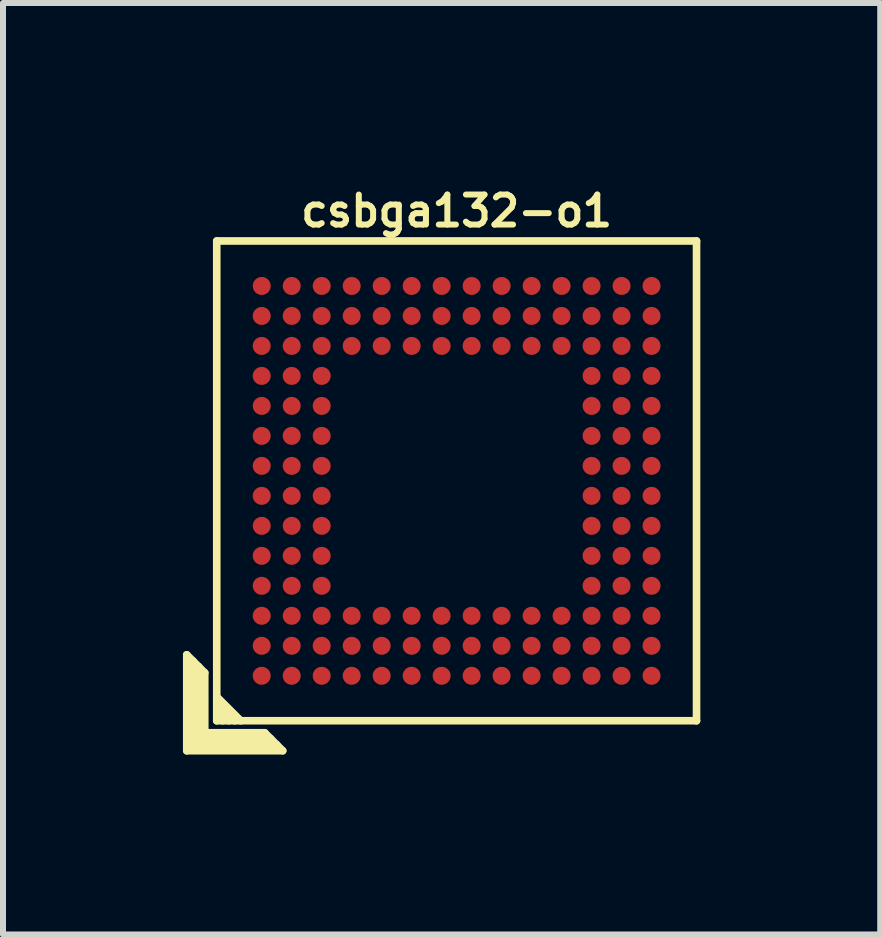
<source format=kicad_pcb>
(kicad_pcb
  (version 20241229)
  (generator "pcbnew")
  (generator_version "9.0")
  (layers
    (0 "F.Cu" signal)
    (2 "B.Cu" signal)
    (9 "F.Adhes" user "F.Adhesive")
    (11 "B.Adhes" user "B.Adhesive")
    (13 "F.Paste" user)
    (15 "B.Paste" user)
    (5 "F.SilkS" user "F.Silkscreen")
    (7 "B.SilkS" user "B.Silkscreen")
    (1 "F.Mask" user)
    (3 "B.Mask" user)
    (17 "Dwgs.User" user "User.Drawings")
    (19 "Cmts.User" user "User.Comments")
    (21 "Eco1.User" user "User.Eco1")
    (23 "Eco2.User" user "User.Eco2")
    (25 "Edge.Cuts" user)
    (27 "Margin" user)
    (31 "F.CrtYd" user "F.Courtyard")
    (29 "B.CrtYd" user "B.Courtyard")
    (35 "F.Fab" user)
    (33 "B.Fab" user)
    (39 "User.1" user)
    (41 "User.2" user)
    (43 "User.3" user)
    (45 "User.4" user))
  (footprint "csbga132-o1"
    (layer "F.Cu")
    (at 4.564 4.968)
    (property "Reference" "csbga132-o1" (at 0 -4.5 0) (layer "F.SilkS") (effects (font (size 0.5 0.5) (thickness 0.1))))
    (attr through_hole)
    (fp_line (start -4.5 2.9) (end -4.2 3.2) (stroke (width 0.127) (type solid)) (layer "F.SilkS"))
    (fp_line (start -4.5 4.5) (end -4.5 2.9) (stroke (width 0.127) (type solid)) (layer "F.SilkS"))
    (fp_line (start -4.4 4.4) (end -4.4 3) (stroke (width 0.127) (type solid)) (layer "F.SilkS"))
    (fp_line (start -4.3 3.1) (end -4.3 4.3) (stroke (width 0.127) (type solid)) (layer "F.SilkS"))
    (fp_line (start -4.3 4.3) (end -3.1 4.3) (stroke (width 0.127) (type solid)) (layer "F.SilkS"))
    (fp_line (start -4.2 3.2) (end -4.2 4.2) (stroke (width 0.127) (type solid)) (layer "F.SilkS"))
    (fp_line (start -4.2 4.2) (end -3.2 4.2) (stroke (width 0.127) (type solid)) (layer "F.SilkS"))
    (fp_line (start -4 -4) (end 4 -4) (stroke (width 0.127) (type solid)) (layer "F.SilkS"))
    (fp_line (start -4 3.6) (end -3.6 4) (stroke (width 0.127) (type solid)) (layer "F.SilkS"))
    (fp_line (start -4 3.7) (end -3.7 4) (stroke (width 0.127) (type solid)) (layer "F.SilkS"))
    (fp_line (start -4 4) (end -4 -4) (stroke (width 0.127) (type solid)) (layer "F.SilkS"))
    (fp_line (start -3.9 4) (end -4 3.9) (stroke (width 0.127) (type solid)) (layer "F.SilkS"))
    (fp_line (start -3.8 4) (end -4 3.8) (stroke (width 0.127) (type solid)) (layer "F.SilkS"))
    (fp_line (start -3.2 4.2) (end -2.9 4.5) (stroke (width 0.127) (type solid)) (layer "F.SilkS"))
    (fp_line (start -3 4.4) (end -4.4 4.4) (stroke (width 0.127) (type solid)) (layer "F.SilkS"))
    (fp_line (start -2.9 4.5) (end -4.5 4.5) (stroke (width 0.127) (type solid)) (layer "F.SilkS"))
    (fp_line (start 4 -4) (end 4 4) (stroke (width 0.127) (type solid)) (layer "F.SilkS"))
    (fp_line (start 4 4) (end -4 4) (stroke (width 0.127) (type solid)) (layer "F.SilkS"))
    (pad "A1" smd circle (at -3.25 3.25) (size 0.3 0.3) (layers "F.Cu" "F.Mask" "F.Paste"))
    (pad "A2" smd circle (at -3.25 2.75) (size 0.3 0.3) (layers "F.Cu" "F.Mask" "F.Paste"))
    (pad "A3" smd circle (at -3.25 2.25) (size 0.3 0.3) (layers "F.Cu" "F.Mask" "F.Paste"))
    (pad "A4" smd circle (at -3.25 1.75) (size 0.3 0.3) (layers "F.Cu" "F.Mask" "F.Paste"))
    (pad "A5" smd circle (at -3.25 1.25) (size 0.3 0.3) (layers "F.Cu" "F.Mask" "F.Paste"))
    (pad "A6" smd circle (at -3.25 0.75) (size 0.3 0.3) (layers "F.Cu" "F.Mask" "F.Paste"))
    (pad "A7" smd circle (at -3.25 0.25) (size 0.3 0.3) (layers "F.Cu" "F.Mask" "F.Paste"))
    (pad "A8" smd circle (at -3.25 -0.25) (size 0.3 0.3) (layers "F.Cu" "F.Mask" "F.Paste"))
    (pad "A9" smd circle (at -3.25 -0.75) (size 0.3 0.3) (layers "F.Cu" "F.Mask" "F.Paste"))
    (pad "A10" smd circle (at -3.25 -1.25) (size 0.3 0.3) (layers "F.Cu" "F.Mask" "F.Paste"))
    (pad "A11" smd circle (at -3.25 -1.75) (size 0.3 0.3) (layers "F.Cu" "F.Mask" "F.Paste"))
    (pad "A12" smd circle (at -3.25 -2.25) (size 0.3 0.3) (layers "F.Cu" "F.Mask" "F.Paste"))
    (pad "A13" smd circle (at -3.25 -2.75) (size 0.3 0.3) (layers "F.Cu" "F.Mask" "F.Paste"))
    (pad "A14" smd circle (at -3.25 -3.25) (size 0.3 0.3) (layers "F.Cu" "F.Mask" "F.Paste"))
    (pad "B1" smd circle (at -2.75 3.25) (size 0.3 0.3) (layers "F.Cu" "F.Mask" "F.Paste"))
    (pad "B2" smd circle (at -2.75 2.75) (size 0.3 0.3) (layers "F.Cu" "F.Mask" "F.Paste"))
    (pad "B3" smd circle (at -2.75 2.25) (size 0.3 0.3) (layers "F.Cu" "F.Mask" "F.Paste"))
    (pad "B4" smd circle (at -2.75 1.75) (size 0.3 0.3) (layers "F.Cu" "F.Mask" "F.Paste"))
    (pad "B5" smd circle (at -2.75 1.25) (size 0.3 0.3) (layers "F.Cu" "F.Mask" "F.Paste"))
    (pad "B6" smd circle (at -2.75 0.75) (size 0.3 0.3) (layers "F.Cu" "F.Mask" "F.Paste"))
    (pad "B7" smd circle (at -2.75 0.25) (size 0.3 0.3) (layers "F.Cu" "F.Mask" "F.Paste"))
    (pad "B8" smd circle (at -2.75 -0.25) (size 0.3 0.3) (layers "F.Cu" "F.Mask" "F.Paste"))
    (pad "B9" smd circle (at -2.75 -0.75) (size 0.3 0.3) (layers "F.Cu" "F.Mask" "F.Paste"))
    (pad "B10" smd circle (at -2.75 -1.25) (size 0.3 0.3) (layers "F.Cu" "F.Mask" "F.Paste"))
    (pad "B11" smd circle (at -2.75 -1.75) (size 0.3 0.3) (layers "F.Cu" "F.Mask" "F.Paste"))
    (pad "B12" smd circle (at -2.75 -2.25) (size 0.3 0.3) (layers "F.Cu" "F.Mask" "F.Paste"))
    (pad "B13" smd circle (at -2.75 -2.75) (size 0.3 0.3) (layers "F.Cu" "F.Mask" "F.Paste"))
    (pad "B14" smd circle (at -2.75 -3.25) (size 0.3 0.3) (layers "F.Cu" "F.Mask" "F.Paste"))
    (pad "C1" smd circle (at -2.25 3.25) (size 0.3 0.3) (layers "F.Cu" "F.Mask" "F.Paste"))
    (pad "C2" smd circle (at -2.25 2.75) (size 0.3 0.3) (layers "F.Cu" "F.Mask" "F.Paste"))
    (pad "C3" smd circle (at -2.25 2.25) (size 0.3 0.3) (layers "F.Cu" "F.Mask" "F.Paste"))
    (pad "C4" smd circle (at -2.25 1.75) (size 0.3 0.3) (layers "F.Cu" "F.Mask" "F.Paste"))
    (pad "C5" smd circle (at -2.25 1.25) (size 0.3 0.3) (layers "F.Cu" "F.Mask" "F.Paste"))
    (pad "C6" smd circle (at -2.25 0.75) (size 0.3 0.3) (layers "F.Cu" "F.Mask" "F.Paste"))
    (pad "C7" smd circle (at -2.25 0.25) (size 0.3 0.3) (layers "F.Cu" "F.Mask" "F.Paste"))
    (pad "C8" smd circle (at -2.25 -0.25) (size 0.3 0.3) (layers "F.Cu" "F.Mask" "F.Paste"))
    (pad "C9" smd circle (at -2.25 -0.75) (size 0.3 0.3) (layers "F.Cu" "F.Mask" "F.Paste"))
    (pad "C10" smd circle (at -2.25 -1.25) (size 0.3 0.3) (layers "F.Cu" "F.Mask" "F.Paste"))
    (pad "C11" smd circle (at -2.25 -1.75) (size 0.3 0.3) (layers "F.Cu" "F.Mask" "F.Paste"))
    (pad "C12" smd circle (at -2.25 -2.25) (size 0.3 0.3) (layers "F.Cu" "F.Mask" "F.Paste"))
    (pad "C13" smd circle (at -2.25 -2.75) (size 0.3 0.3) (layers "F.Cu" "F.Mask" "F.Paste"))
    (pad "C14" smd circle (at -2.25 -3.25) (size 0.3 0.3) (layers "F.Cu" "F.Mask" "F.Paste"))
    (pad "D1" smd circle (at -1.75 3.25) (size 0.3 0.3) (layers "F.Cu" "F.Mask" "F.Paste"))
    (pad "D2" smd circle (at -1.75 2.75) (size 0.3 0.3) (layers "F.Cu" "F.Mask" "F.Paste"))
    (pad "D3" smd circle (at -1.75 2.25) (size 0.3 0.3) (layers "F.Cu" "F.Mask" "F.Paste"))
    (pad "D12" smd circle (at -1.75 -2.25) (size 0.3 0.3) (layers "F.Cu" "F.Mask" "F.Paste"))
    (pad "D13" smd circle (at -1.75 -2.75) (size 0.3 0.3) (layers "F.Cu" "F.Mask" "F.Paste"))
    (pad "D14" smd circle (at -1.75 -3.25) (size 0.3 0.3) (layers "F.Cu" "F.Mask" "F.Paste"))
    (pad "E1" smd circle (at -1.25 3.25) (size 0.3 0.3) (layers "F.Cu" "F.Mask" "F.Paste"))
    (pad "E2" smd circle (at -1.25 2.75) (size 0.3 0.3) (layers "F.Cu" "F.Mask" "F.Paste"))
    (pad "E3" smd circle (at -1.25 2.25) (size 0.3 0.3) (layers "F.Cu" "F.Mask" "F.Paste"))
    (pad "E12" smd circle (at -1.25 -2.25) (size 0.3 0.3) (layers "F.Cu" "F.Mask" "F.Paste"))
    (pad "E13" smd circle (at -1.25 -2.75) (size 0.3 0.3) (layers "F.Cu" "F.Mask" "F.Paste"))
    (pad "E14" smd circle (at -1.25 -3.25) (size 0.3 0.3) (layers "F.Cu" "F.Mask" "F.Paste"))
    (pad "F1" smd circle (at -0.75 3.25) (size 0.3 0.3) (layers "F.Cu" "F.Mask" "F.Paste"))
    (pad "F2" smd circle (at -0.75 2.75) (size 0.3 0.3) (layers "F.Cu" "F.Mask" "F.Paste"))
    (pad "F3" smd circle (at -0.75 2.25) (size 0.3 0.3) (layers "F.Cu" "F.Mask" "F.Paste"))
    (pad "F12" smd circle (at -0.75 -2.25) (size 0.3 0.3) (layers "F.Cu" "F.Mask" "F.Paste"))
    (pad "F13" smd circle (at -0.75 -2.75) (size 0.3 0.3) (layers "F.Cu" "F.Mask" "F.Paste"))
    (pad "F14" smd circle (at -0.75 -3.25) (size 0.3 0.3) (layers "F.Cu" "F.Mask" "F.Paste"))
    (pad "G1" smd circle (at -0.25 3.25) (size 0.3 0.3) (layers "F.Cu" "F.Mask" "F.Paste"))
    (pad "G2" smd circle (at -0.25 2.75) (size 0.3 0.3) (layers "F.Cu" "F.Mask" "F.Paste"))
    (pad "G3" smd circle (at -0.25 2.25) (size 0.3 0.3) (layers "F.Cu" "F.Mask" "F.Paste"))
    (pad "G12" smd circle (at -0.25 -2.25) (size 0.3 0.3) (layers "F.Cu" "F.Mask" "F.Paste"))
    (pad "G13" smd circle (at -0.25 -2.75) (size 0.3 0.3) (layers "F.Cu" "F.Mask" "F.Paste"))
    (pad "G14" smd circle (at -0.25 -3.25) (size 0.3 0.3) (layers "F.Cu" "F.Mask" "F.Paste"))
    (pad "H1" smd circle (at 0.25 3.25) (size 0.3 0.3) (layers "F.Cu" "F.Mask" "F.Paste"))
    (pad "H2" smd circle (at 0.25 2.75) (size 0.3 0.3) (layers "F.Cu" "F.Mask" "F.Paste"))
    (pad "H3" smd circle (at 0.25 2.25) (size 0.3 0.3) (layers "F.Cu" "F.Mask" "F.Paste"))
    (pad "H12" smd circle (at 0.25 -2.25) (size 0.3 0.3) (layers "F.Cu" "F.Mask" "F.Paste"))
    (pad "H13" smd circle (at 0.25 -2.75) (size 0.3 0.3) (layers "F.Cu" "F.Mask" "F.Paste"))
    (pad "H14" smd circle (at 0.25 -3.25) (size 0.3 0.3) (layers "F.Cu" "F.Mask" "F.Paste"))
    (pad "J1" smd circle (at 0.75 3.25) (size 0.3 0.3) (layers "F.Cu" "F.Mask" "F.Paste"))
    (pad "J2" smd circle (at 0.75 2.75) (size 0.3 0.3) (layers "F.Cu" "F.Mask" "F.Paste"))
    (pad "J3" smd circle (at 0.75 2.25) (size 0.3 0.3) (layers "F.Cu" "F.Mask" "F.Paste"))
    (pad "J12" smd circle (at 0.75 -2.25) (size 0.3 0.3) (layers "F.Cu" "F.Mask" "F.Paste"))
    (pad "J13" smd circle (at 0.75 -2.75) (size 0.3 0.3) (layers "F.Cu" "F.Mask" "F.Paste"))
    (pad "J14" smd circle (at 0.75 -3.25) (size 0.3 0.3) (layers "F.Cu" "F.Mask" "F.Paste"))
    (pad "K1" smd circle (at 1.25 3.25) (size 0.3 0.3) (layers "F.Cu" "F.Mask" "F.Paste"))
    (pad "K2" smd circle (at 1.25 2.75) (size 0.3 0.3) (layers "F.Cu" "F.Mask" "F.Paste"))
    (pad "K3" smd circle (at 1.25 2.25) (size 0.3 0.3) (layers "F.Cu" "F.Mask" "F.Paste"))
    (pad "K12" smd circle (at 1.25 -2.25) (size 0.3 0.3) (layers "F.Cu" "F.Mask" "F.Paste"))
    (pad "K13" smd circle (at 1.25 -2.75) (size 0.3 0.3) (layers "F.Cu" "F.Mask" "F.Paste"))
    (pad "K14" smd circle (at 1.25 -3.25) (size 0.3 0.3) (layers "F.Cu" "F.Mask" "F.Paste"))
    (pad "L1" smd circle (at 1.75 3.25) (size 0.3 0.3) (layers "F.Cu" "F.Mask" "F.Paste"))
    (pad "L2" smd circle (at 1.75 2.75) (size 0.3 0.3) (layers "F.Cu" "F.Mask" "F.Paste"))
    (pad "L3" smd circle (at 1.75 2.25) (size 0.3 0.3) (layers "F.Cu" "F.Mask" "F.Paste"))
    (pad "L12" smd circle (at 1.75 -2.25) (size 0.3 0.3) (layers "F.Cu" "F.Mask" "F.Paste"))
    (pad "L13" smd circle (at 1.75 -2.75) (size 0.3 0.3) (layers "F.Cu" "F.Mask" "F.Paste"))
    (pad "L14" smd circle (at 1.75 -3.25) (size 0.3 0.3) (layers "F.Cu" "F.Mask" "F.Paste"))
    (pad "M1" smd circle (at 2.25 3.25) (size 0.3 0.3) (layers "F.Cu" "F.Mask" "F.Paste"))
    (pad "M2" smd circle (at 2.25 2.75) (size 0.3 0.3) (layers "F.Cu" "F.Mask" "F.Paste"))
    (pad "M3" smd circle (at 2.25 2.25) (size 0.3 0.3) (layers "F.Cu" "F.Mask" "F.Paste"))
    (pad "M4" smd circle (at 2.25 1.75) (size 0.3 0.3) (layers "F.Cu" "F.Mask" "F.Paste"))
    (pad "M5" smd circle (at 2.25 1.25) (size 0.3 0.3) (layers "F.Cu" "F.Mask" "F.Paste"))
    (pad "M6" smd circle (at 2.25 0.75) (size 0.3 0.3) (layers "F.Cu" "F.Mask" "F.Paste"))
    (pad "M7" smd circle (at 2.25 0.25) (size 0.3 0.3) (layers "F.Cu" "F.Mask" "F.Paste"))
    (pad "M8" smd circle (at 2.25 -0.25) (size 0.3 0.3) (layers "F.Cu" "F.Mask" "F.Paste"))
    (pad "M9" smd circle (at 2.25 -0.75) (size 0.3 0.3) (layers "F.Cu" "F.Mask" "F.Paste"))
    (pad "M10" smd circle (at 2.25 -1.25) (size 0.3 0.3) (layers "F.Cu" "F.Mask" "F.Paste"))
    (pad "M11" smd circle (at 2.25 -1.75) (size 0.3 0.3) (layers "F.Cu" "F.Mask" "F.Paste"))
    (pad "M12" smd circle (at 2.25 -2.25) (size 0.3 0.3) (layers "F.Cu" "F.Mask" "F.Paste"))
    (pad "M13" smd circle (at 2.25 -2.75) (size 0.3 0.3) (layers "F.Cu" "F.Mask" "F.Paste"))
    (pad "M14" smd circle (at 2.25 -3.25) (size 0.3 0.3) (layers "F.Cu" "F.Mask" "F.Paste"))
    (pad "N1" smd circle (at 2.75 3.25) (size 0.3 0.3) (layers "F.Cu" "F.Mask" "F.Paste"))
    (pad "N2" smd circle (at 2.75 2.75) (size 0.3 0.3) (layers "F.Cu" "F.Mask" "F.Paste"))
    (pad "N3" smd circle (at 2.75 2.25) (size 0.3 0.3) (layers "F.Cu" "F.Mask" "F.Paste"))
    (pad "N4" smd circle (at 2.75 1.75) (size 0.3 0.3) (layers "F.Cu" "F.Mask" "F.Paste"))
    (pad "N5" smd circle (at 2.75 1.25) (size 0.3 0.3) (layers "F.Cu" "F.Mask" "F.Paste"))
    (pad "N6" smd circle (at 2.75 0.75) (size 0.3 0.3) (layers "F.Cu" "F.Mask" "F.Paste"))
    (pad "N7" smd circle (at 2.75 0.25) (size 0.3 0.3) (layers "F.Cu" "F.Mask" "F.Paste"))
    (pad "N8" smd circle (at 2.75 -0.25) (size 0.3 0.3) (layers "F.Cu" "F.Mask" "F.Paste"))
    (pad "N9" smd circle (at 2.75 -0.75) (size 0.3 0.3) (layers "F.Cu" "F.Mask" "F.Paste"))
    (pad "N10" smd circle (at 2.75 -1.25) (size 0.3 0.3) (layers "F.Cu" "F.Mask" "F.Paste"))
    (pad "N11" smd circle (at 2.75 -1.75) (size 0.3 0.3) (layers "F.Cu" "F.Mask" "F.Paste"))
    (pad "N12" smd circle (at 2.75 -2.25) (size 0.3 0.3) (layers "F.Cu" "F.Mask" "F.Paste"))
    (pad "N13" smd circle (at 2.75 -2.75) (size 0.3 0.3) (layers "F.Cu" "F.Mask" "F.Paste"))
    (pad "N14" smd circle (at 2.75 -3.25) (size 0.3 0.3) (layers "F.Cu" "F.Mask" "F.Paste"))
    (pad "P1" smd circle (at 3.25 3.25) (size 0.3 0.3) (layers "F.Cu" "F.Mask" "F.Paste"))
    (pad "P2" smd circle (at 3.25 2.75) (size 0.3 0.3) (layers "F.Cu" "F.Mask" "F.Paste"))
    (pad "P3" smd circle (at 3.25 2.25) (size 0.3 0.3) (layers "F.Cu" "F.Mask" "F.Paste"))
    (pad "P4" smd circle (at 3.25 1.75) (size 0.3 0.3) (layers "F.Cu" "F.Mask" "F.Paste"))
    (pad "P5" smd circle (at 3.25 1.25) (size 0.3 0.3) (layers "F.Cu" "F.Mask" "F.Paste"))
    (pad "P6" smd circle (at 3.25 0.75) (size 0.3 0.3) (layers "F.Cu" "F.Mask" "F.Paste"))
    (pad "P7" smd circle (at 3.25 0.25) (size 0.3 0.3) (layers "F.Cu" "F.Mask" "F.Paste"))
    (pad "P8" smd circle (at 3.25 -0.25) (size 0.3 0.3) (layers "F.Cu" "F.Mask" "F.Paste"))
    (pad "P9" smd circle (at 3.25 -0.75) (size 0.3 0.3) (layers "F.Cu" "F.Mask" "F.Paste"))
    (pad "P10" smd circle (at 3.25 -1.25) (size 0.3 0.3) (layers "F.Cu" "F.Mask" "F.Paste"))
    (pad "P11" smd circle (at 3.25 -1.75) (size 0.3 0.3) (layers "F.Cu" "F.Mask" "F.Paste"))
    (pad "P12" smd circle (at 3.25 -2.25) (size 0.3 0.3) (layers "F.Cu" "F.Mask" "F.Paste"))
    (pad "P13" smd circle (at 3.25 -2.75) (size 0.3 0.3) (layers "F.Cu" "F.Mask" "F.Paste"))
    (pad "P14" smd circle (at 3.25 -3.25) (size 0.3 0.3) (layers "F.Cu" "F.Mask" "F.Paste")))
  (gr_rect
    (start -3 -3)
    (end 11.627 12.531)
    (stroke (width 0.1) (type default))
    (fill no)
    (layer "Edge.Cuts")))
</source>
